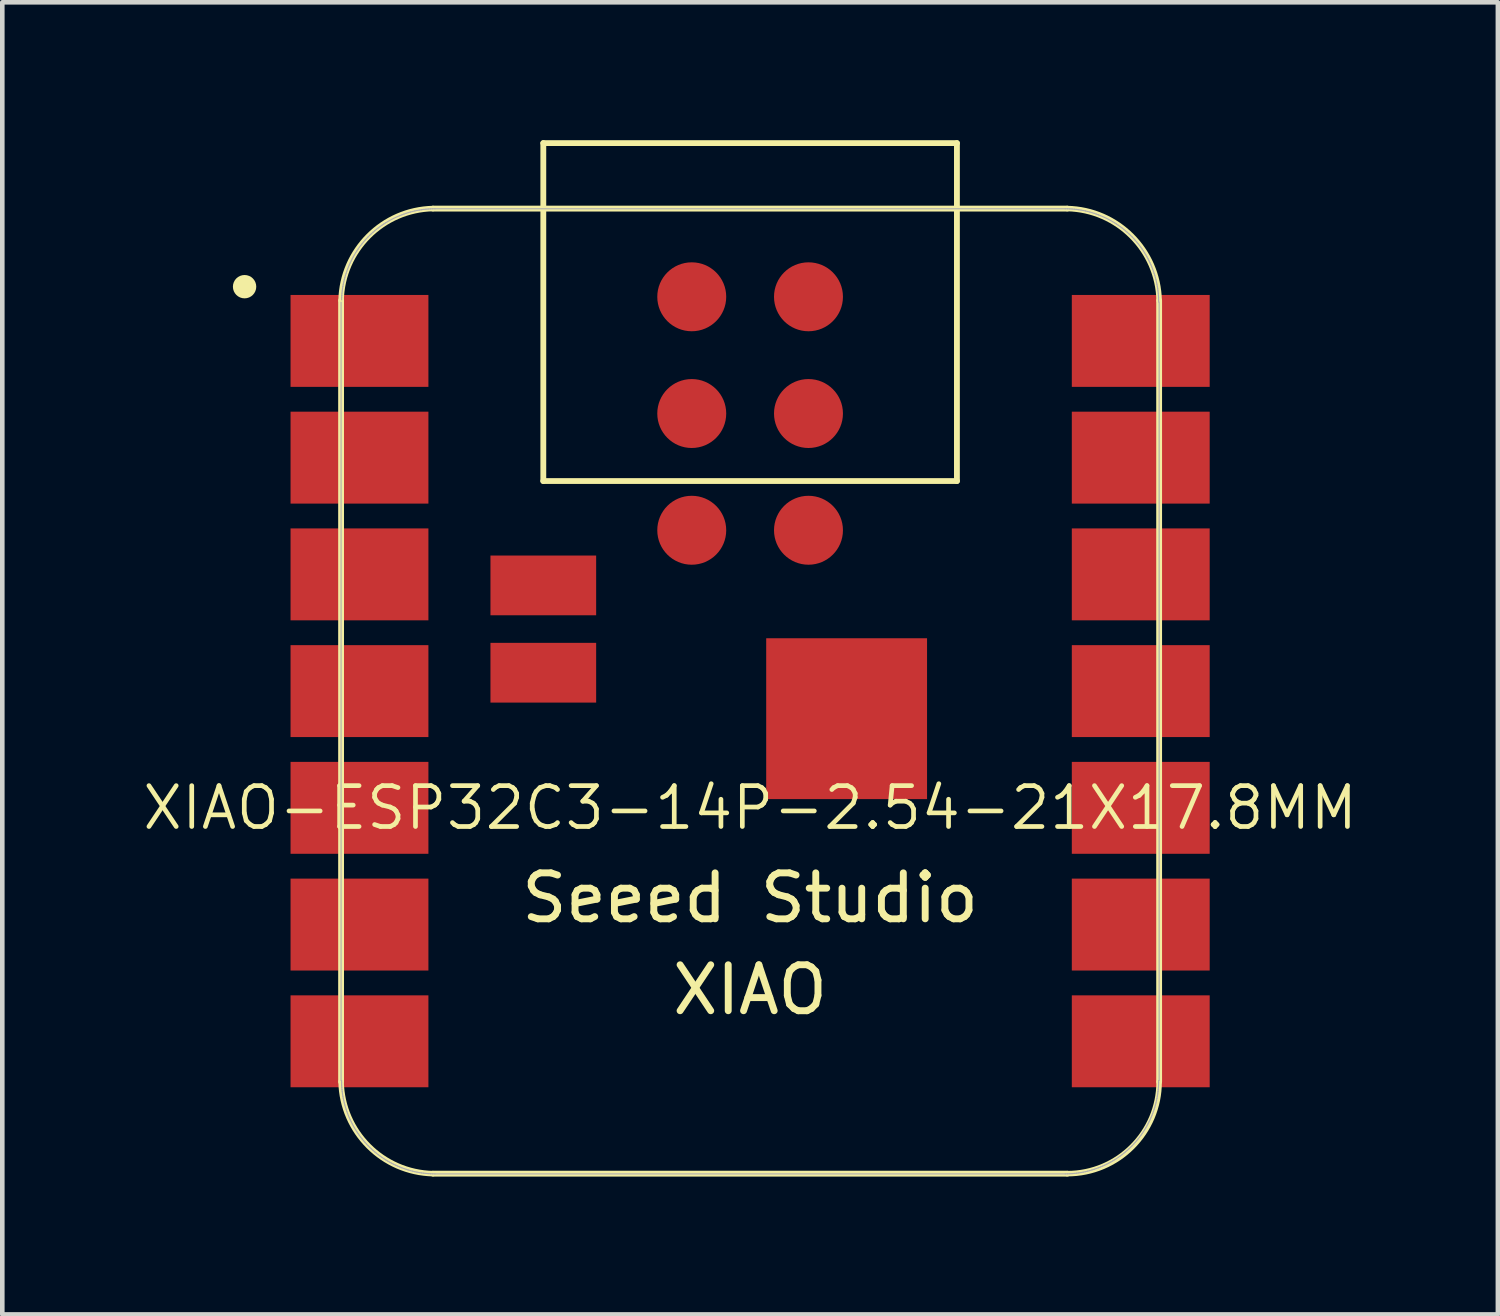
<source format=kicad_pcb>
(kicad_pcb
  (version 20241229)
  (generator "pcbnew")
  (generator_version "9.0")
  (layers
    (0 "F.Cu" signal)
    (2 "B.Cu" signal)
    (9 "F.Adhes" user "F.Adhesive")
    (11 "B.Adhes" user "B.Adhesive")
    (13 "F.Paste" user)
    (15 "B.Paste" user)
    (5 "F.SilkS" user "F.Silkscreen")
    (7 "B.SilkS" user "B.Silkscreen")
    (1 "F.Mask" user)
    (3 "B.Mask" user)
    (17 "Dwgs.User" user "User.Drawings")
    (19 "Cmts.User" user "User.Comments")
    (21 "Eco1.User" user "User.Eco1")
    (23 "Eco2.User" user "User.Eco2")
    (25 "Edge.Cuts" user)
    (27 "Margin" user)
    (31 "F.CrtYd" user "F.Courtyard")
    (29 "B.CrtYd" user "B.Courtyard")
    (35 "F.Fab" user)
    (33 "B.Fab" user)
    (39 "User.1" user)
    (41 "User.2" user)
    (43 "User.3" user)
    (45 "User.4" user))
  (footprint "XIAO-ESP32C3-14P-2.54-21X17.8MM"
    (layer "F.Cu")
    (at 13.272 11.988)
    (property "Reference" "XIAO-ESP32C3-14P-2.54-21X17.8MM" (at 0 2.54 0) (layer "F.SilkS") (effects (font (size 0.889 0.889) (thickness 0.102))))
    (attr smd)
    (fp_line (start -8.9 -8.5) (end -8.9 8.5) (stroke (width 0.127) (type solid)) (layer "F.SilkS"))
    (fp_line (start -6.9 10.5) (end 6.9 10.5) (stroke (width 0.127) (type solid)) (layer "F.SilkS"))
    (fp_line (start -4.5 -11.924) (end 4.5 -11.924) (stroke (width 0.127) (type solid)) (layer "F.SilkS"))
    (fp_line (start -4.5 -4.571) (end -4.5 -11.924) (stroke (width 0.127) (type solid)) (layer "F.SilkS"))
    (fp_line (start 4.5 -11.924) (end 4.5 -4.571) (stroke (width 0.127) (type solid)) (layer "F.SilkS"))
    (fp_line (start 4.5 -4.571) (end -4.5 -4.571) (stroke (width 0.127) (type solid)) (layer "F.SilkS"))
    (fp_line (start 6.9 -10.499) (end -6.9 -10.499) (stroke (width 0.127) (type solid)) (layer "F.SilkS"))
    (fp_line (start 8.9 8.5) (end 8.9 -8.5) (stroke (width 0.127) (type solid)) (layer "F.SilkS"))
    (fp_arc (start -8.9 -8.5) (mid -8.301491 -9.901491) (end -6.9 -10.5) (stroke (width 0.12) (type solid)) (layer "F.SilkS"))
    (fp_arc (start -6.9 10.5) (mid -8.301423 9.901423) (end -8.9 8.5) (stroke (width 0.12) (type solid)) (layer "F.SilkS"))
    (fp_arc (start 6.9 -10.5) (mid 8.301491 -9.901491) (end 8.9 -8.5) (stroke (width 0.12) (type solid)) (layer "F.SilkS"))
    (fp_arc (start 8.9 8.5) (mid 8.314214 9.914214) (end 6.9 10.5) (stroke (width 0.12) (type solid)) (layer "F.SilkS"))
    (fp_circle (center -11 -8.8) (end -11 -9.054) (stroke (width 0) (type solid)) (fill yes) (layer "F.SilkS"))
    (fp_poly (pts (xy -8.888 -8.562) (xy -8.885 -8.61) (xy -8.881 -8.659)) (stroke (width 0.025) (type solid)) (fill no) (layer "F.SilkS"))
    (fp_poly (pts (xy 8.889 8.522) (xy 8.888 8.571) (xy 8.885 8.62) (xy 8.881 8.669) (xy 8.875 8.717) (xy 8.869 8.766) (xy 8.861 8.815) (xy 8.852 8.863) (xy 8.842 8.911)) (stroke (width 0.025) (type solid)) (fill no) (layer "F.SilkS"))
    (fp_line (start -8.9 -8.463) (end -8.9 8.473) (stroke (width 0.025) (type solid)) (layer "F.Fab"))
    (fp_line (start -8.89 8.473) (end -8.889 8.522) (stroke (width 0.025) (type solid)) (layer "F.Fab"))
    (fp_line (start -8.889 8.522) (end -8.888 8.571) (stroke (width 0.025) (type solid)) (layer "F.Fab"))
    (fp_line (start -8.888 -8.562) (end -8.889 -8.512) (stroke (width 0.025) (type solid)) (layer "F.Fab"))
    (fp_line (start -8.888 8.571) (end -8.885 8.62) (stroke (width 0.025) (type solid)) (layer "F.Fab"))
    (fp_line (start -8.885 -8.61) (end -8.888 -8.562) (stroke (width 0.025) (type solid)) (layer "F.Fab"))
    (fp_line (start -8.885 8.62) (end -8.881 8.669) (stroke (width 0.025) (type solid)) (layer "F.Fab"))
    (fp_line (start -8.881 -8.659) (end -8.885 -8.61) (stroke (width 0.025) (type solid)) (layer "F.Fab"))
    (fp_line (start -8.881 8.669) (end -8.875 8.717) (stroke (width 0.025) (type solid)) (layer "F.Fab"))
    (fp_line (start -8.875 -8.708) (end -8.881 -8.659) (stroke (width 0.025) (type solid)) (layer "F.Fab"))
    (fp_line (start -8.875 8.717) (end -8.869 8.766) (stroke (width 0.025) (type solid)) (layer "F.Fab"))
    (fp_line (start -8.869 -8.757) (end -8.875 -8.708) (stroke (width 0.025) (type solid)) (layer "F.Fab"))
    (fp_line (start -8.869 8.766) (end -8.861 8.815) (stroke (width 0.025) (type solid)) (layer "F.Fab"))
    (fp_line (start -8.861 -8.806) (end -8.869 -8.757) (stroke (width 0.025) (type solid)) (layer "F.Fab"))
    (fp_line (start -8.861 8.815) (end -8.852 8.863) (stroke (width 0.025) (type solid)) (layer "F.Fab"))
    (fp_line (start -8.852 -8.854) (end -8.861 -8.806) (stroke (width 0.025) (type solid)) (layer "F.Fab"))
    (fp_line (start -8.852 8.863) (end -8.842 8.911) (stroke (width 0.025) (type solid)) (layer "F.Fab"))
    (fp_line (start -8.842 -8.902) (end -8.852 -8.854) (stroke (width 0.025) (type solid)) (layer "F.Fab"))
    (fp_line (start -8.842 8.911) (end -8.831 8.959) (stroke (width 0.025) (type solid)) (layer "F.Fab"))
    (fp_line (start -8.831 -8.95) (end -8.842 -8.902) (stroke (width 0.025) (type solid)) (layer "F.Fab"))
    (fp_line (start -8.831 8.959) (end -8.819 9.006) (stroke (width 0.025) (type solid)) (layer "F.Fab"))
    (fp_line (start -8.819 -8.997) (end -8.831 -8.95) (stroke (width 0.025) (type solid)) (layer "F.Fab"))
    (fp_line (start -8.819 9.006) (end -8.805 9.054) (stroke (width 0.025) (type solid)) (layer "F.Fab"))
    (fp_line (start -8.805 -9.045) (end -8.819 -8.997) (stroke (width 0.025) (type solid)) (layer "F.Fab"))
    (fp_line (start -8.805 9.054) (end -8.79 9.1) (stroke (width 0.025) (type solid)) (layer "F.Fab"))
    (fp_line (start -8.79 -9.091) (end -8.805 -9.045) (stroke (width 0.025) (type solid)) (layer "F.Fab"))
    (fp_line (start -8.79 9.1) (end -8.775 9.147) (stroke (width 0.025) (type solid)) (layer "F.Fab"))
    (fp_line (start -8.775 -9.138) (end -8.79 -9.091) (stroke (width 0.025) (type solid)) (layer "F.Fab"))
    (fp_line (start -8.775 9.147) (end -8.758 9.193) (stroke (width 0.025) (type solid)) (layer "F.Fab"))
    (fp_line (start -8.758 -9.184) (end -8.775 -9.138) (stroke (width 0.025) (type solid)) (layer "F.Fab"))
    (fp_line (start -8.758 9.193) (end -8.74 9.239) (stroke (width 0.025) (type solid)) (layer "F.Fab"))
    (fp_line (start -8.74 -9.23) (end -8.758 -9.184) (stroke (width 0.025) (type solid)) (layer "F.Fab"))
    (fp_line (start -8.74 9.239) (end -8.721 9.284) (stroke (width 0.025) (type solid)) (layer "F.Fab"))
    (fp_line (start -8.721 -9.275) (end -8.74 -9.23) (stroke (width 0.025) (type solid)) (layer "F.Fab"))
    (fp_line (start -8.721 9.284) (end -8.701 9.329) (stroke (width 0.025) (type solid)) (layer "F.Fab"))
    (fp_line (start -8.701 -9.32) (end -8.721 -9.275) (stroke (width 0.025) (type solid)) (layer "F.Fab"))
    (fp_line (start -8.701 9.329) (end -8.679 9.373) (stroke (width 0.025) (type solid)) (layer "F.Fab"))
    (fp_line (start -8.679 -9.364) (end -8.701 -9.32) (stroke (width 0.025) (type solid)) (layer "F.Fab"))
    (fp_line (start -8.679 9.373) (end -8.657 9.417) (stroke (width 0.025) (type solid)) (layer "F.Fab"))
    (fp_line (start -8.657 -9.408) (end -8.679 -9.364) (stroke (width 0.025) (type solid)) (layer "F.Fab"))
    (fp_line (start -8.657 9.417) (end -8.634 9.46) (stroke (width 0.025) (type solid)) (layer "F.Fab"))
    (fp_line (start -8.634 -9.451) (end -8.657 -9.408) (stroke (width 0.025) (type solid)) (layer "F.Fab"))
    (fp_line (start -8.634 9.46) (end -8.61 9.503) (stroke (width 0.025) (type solid)) (layer "F.Fab"))
    (fp_line (start -8.61 -9.494) (end -8.634 -9.451) (stroke (width 0.025) (type solid)) (layer "F.Fab"))
    (fp_line (start -8.61 9.503) (end -8.584 9.545) (stroke (width 0.025) (type solid)) (layer "F.Fab"))
    (fp_line (start -8.584 -9.536) (end -8.61 -9.494) (stroke (width 0.025) (type solid)) (layer "F.Fab"))
    (fp_line (start -8.584 9.545) (end -8.558 9.586) (stroke (width 0.025) (type solid)) (layer "F.Fab"))
    (fp_line (start -8.558 -9.577) (end -8.584 -9.536) (stroke (width 0.025) (type solid)) (layer "F.Fab"))
    (fp_line (start -8.558 9.586) (end -8.53 9.627) (stroke (width 0.025) (type solid)) (layer "F.Fab"))
    (fp_line (start -8.53 -9.618) (end -8.558 -9.577) (stroke (width 0.025) (type solid)) (layer "F.Fab"))
    (fp_line (start -8.53 9.627) (end -8.502 9.667) (stroke (width 0.025) (type solid)) (layer "F.Fab"))
    (fp_line (start -8.502 -9.658) (end -8.53 -9.618) (stroke (width 0.025) (type solid)) (layer "F.Fab"))
    (fp_line (start -8.502 9.667) (end -8.473 9.706) (stroke (width 0.025) (type solid)) (layer "F.Fab"))
    (fp_line (start -8.473 -9.697) (end -8.502 -9.658) (stroke (width 0.025) (type solid)) (layer "F.Fab"))
    (fp_line (start -8.473 9.706) (end -8.442 9.745) (stroke (width 0.025) (type solid)) (layer "F.Fab"))
    (fp_line (start -8.442 -9.736) (end -8.473 -9.697) (stroke (width 0.025) (type solid)) (layer "F.Fab"))
    (fp_line (start -8.442 9.745) (end -8.411 9.783) (stroke (width 0.025) (type solid)) (layer "F.Fab"))
    (fp_line (start -8.411 -9.774) (end -8.442 -9.736) (stroke (width 0.025) (type solid)) (layer "F.Fab"))
    (fp_line (start -8.411 9.783) (end -8.379 9.82) (stroke (width 0.025) (type solid)) (layer "F.Fab"))
    (fp_line (start -8.379 -9.811) (end -8.411 -9.774) (stroke (width 0.025) (type solid)) (layer "F.Fab"))
    (fp_line (start -8.379 9.82) (end -8.346 9.856) (stroke (width 0.025) (type solid)) (layer "F.Fab"))
    (fp_line (start -8.346 -9.847) (end -8.379 -9.811) (stroke (width 0.025) (type solid)) (layer "F.Fab"))
    (fp_line (start -8.346 9.856) (end -8.312 9.892) (stroke (width 0.025) (type solid)) (layer "F.Fab"))
    (fp_line (start -8.312 -9.883) (end -8.346 -9.847) (stroke (width 0.025) (type solid)) (layer "F.Fab"))
    (fp_line (start -8.312 9.892) (end -8.277 9.927) (stroke (width 0.025) (type solid)) (layer "F.Fab"))
    (fp_line (start -8.277 -9.918) (end -8.312 -9.883) (stroke (width 0.025) (type solid)) (layer "F.Fab"))
    (fp_line (start -8.277 9.927) (end -8.242 9.96) (stroke (width 0.025) (type solid)) (layer "F.Fab"))
    (fp_line (start -8.242 -9.951) (end -8.277 -9.918) (stroke (width 0.025) (type solid)) (layer "F.Fab"))
    (fp_line (start -8.242 9.96) (end -8.205 9.994) (stroke (width 0.025) (type solid)) (layer "F.Fab"))
    (fp_line (start -8.205 -9.984) (end -8.242 -9.951) (stroke (width 0.025) (type solid)) (layer "F.Fab"))
    (fp_line (start -8.205 9.994) (end -8.168 10.026) (stroke (width 0.025) (type solid)) (layer "F.Fab"))
    (fp_line (start -8.168 -10.017) (end -8.205 -9.984) (stroke (width 0.025) (type solid)) (layer "F.Fab"))
    (fp_line (start -8.168 10.026) (end -8.13 10.057) (stroke (width 0.025) (type solid)) (layer "F.Fab"))
    (fp_line (start -8.13 -10.048) (end -8.168 -10.017) (stroke (width 0.025) (type solid)) (layer "F.Fab"))
    (fp_line (start -8.13 10.057) (end -8.092 10.087) (stroke (width 0.025) (type solid)) (layer "F.Fab"))
    (fp_line (start -8.092 -10.078) (end -8.13 -10.048) (stroke (width 0.025) (type solid)) (layer "F.Fab"))
    (fp_line (start -8.092 10.087) (end -8.052 10.116) (stroke (width 0.025) (type solid)) (layer "F.Fab"))
    (fp_line (start -8.052 -10.107) (end -8.092 -10.078) (stroke (width 0.025) (type solid)) (layer "F.Fab"))
    (fp_line (start -8.052 10.116) (end -8.012 10.145) (stroke (width 0.025) (type solid)) (layer "F.Fab"))
    (fp_line (start -8.012 -10.136) (end -8.052 -10.107) (stroke (width 0.025) (type solid)) (layer "F.Fab"))
    (fp_line (start -8.012 10.145) (end -7.972 10.172) (stroke (width 0.025) (type solid)) (layer "F.Fab"))
    (fp_line (start -7.972 -10.163) (end -8.012 -10.136) (stroke (width 0.025) (type solid)) (layer "F.Fab"))
    (fp_line (start -7.972 10.172) (end -7.93 10.199) (stroke (width 0.025) (type solid)) (layer "F.Fab"))
    (fp_line (start -7.93 -10.19) (end -7.972 -10.163) (stroke (width 0.025) (type solid)) (layer "F.Fab"))
    (fp_line (start -7.93 10.199) (end -7.888 10.224) (stroke (width 0.025) (type solid)) (layer "F.Fab"))
    (fp_line (start -7.888 -10.215) (end -7.93 -10.19) (stroke (width 0.025) (type solid)) (layer "F.Fab"))
    (fp_line (start -7.888 10.224) (end -7.846 10.249) (stroke (width 0.025) (type solid)) (layer "F.Fab"))
    (fp_line (start -7.846 -10.239) (end -7.888 -10.215) (stroke (width 0.025) (type solid)) (layer "F.Fab"))
    (fp_line (start -7.846 10.249) (end -7.802 10.272) (stroke (width 0.025) (type solid)) (layer "F.Fab"))
    (fp_line (start -7.802 -10.263) (end -7.846 -10.239) (stroke (width 0.025) (type solid)) (layer "F.Fab"))
    (fp_line (start -7.802 10.272) (end -7.759 10.294) (stroke (width 0.025) (type solid)) (layer "F.Fab"))
    (fp_line (start -7.759 -10.285) (end -7.802 -10.263) (stroke (width 0.025) (type solid)) (layer "F.Fab"))
    (fp_line (start -7.759 10.294) (end -7.714 10.315) (stroke (width 0.025) (type solid)) (layer "F.Fab"))
    (fp_line (start -7.714 -10.306) (end -7.759 -10.285) (stroke (width 0.025) (type solid)) (layer "F.Fab"))
    (fp_line (start -7.714 10.315) (end -7.67 10.335) (stroke (width 0.025) (type solid)) (layer "F.Fab"))
    (fp_line (start -7.67 -10.326) (end -7.714 -10.306) (stroke (width 0.025) (type solid)) (layer "F.Fab"))
    (fp_line (start -7.67 10.335) (end -7.624 10.354) (stroke (width 0.025) (type solid)) (layer "F.Fab"))
    (fp_line (start -7.624 -10.345) (end -7.67 -10.326) (stroke (width 0.025) (type solid)) (layer "F.Fab"))
    (fp_line (start -7.624 10.354) (end -7.579 10.372) (stroke (width 0.025) (type solid)) (layer "F.Fab"))
    (fp_line (start -7.579 -10.363) (end -7.624 -10.345) (stroke (width 0.025) (type solid)) (layer "F.Fab"))
    (fp_line (start -7.579 10.372) (end -7.532 10.389) (stroke (width 0.025) (type solid)) (layer "F.Fab"))
    (fp_line (start -7.532 -10.38) (end -7.579 -10.363) (stroke (width 0.025) (type solid)) (layer "F.Fab"))
    (fp_line (start -7.532 10.389) (end -7.486 10.405) (stroke (width 0.025) (type solid)) (layer "F.Fab"))
    (fp_line (start -7.486 -10.396) (end -7.532 -10.38) (stroke (width 0.025) (type solid)) (layer "F.Fab"))
    (fp_line (start -7.486 10.405) (end -7.439 10.42) (stroke (width 0.025) (type solid)) (layer "F.Fab"))
    (fp_line (start -7.439 -10.411) (end -7.486 -10.396) (stroke (width 0.025) (type solid)) (layer "F.Fab"))
    (fp_line (start -7.439 10.42) (end -7.392 10.433) (stroke (width 0.025) (type solid)) (layer "F.Fab"))
    (fp_line (start -7.392 -10.424) (end -7.439 -10.411) (stroke (width 0.025) (type solid)) (layer "F.Fab"))
    (fp_line (start -7.392 10.433) (end -7.344 10.446) (stroke (width 0.025) (type solid)) (layer "F.Fab"))
    (fp_line (start -7.344 -10.436) (end -7.392 -10.424) (stroke (width 0.025) (type solid)) (layer "F.Fab"))
    (fp_line (start -7.344 10.446) (end -7.296 10.457) (stroke (width 0.025) (type solid)) (layer "F.Fab"))
    (fp_line (start -7.296 -10.448) (end -7.344 -10.436) (stroke (width 0.025) (type solid)) (layer "F.Fab"))
    (fp_line (start -7.296 10.457) (end -7.248 10.467) (stroke (width 0.025) (type solid)) (layer "F.Fab"))
    (fp_line (start -7.248 -10.458) (end -7.296 -10.448) (stroke (width 0.025) (type solid)) (layer "F.Fab"))
    (fp_line (start -7.248 10.467) (end -7.2 10.476) (stroke (width 0.025) (type solid)) (layer "F.Fab"))
    (fp_line (start -7.2 -10.466) (end -7.248 -10.458) (stroke (width 0.025) (type solid)) (layer "F.Fab"))
    (fp_line (start -7.2 10.476) (end -7.152 10.483) (stroke (width 0.025) (type solid)) (layer "F.Fab"))
    (fp_line (start -7.152 -10.474) (end -7.2 -10.466) (stroke (width 0.025) (type solid)) (layer "F.Fab"))
    (fp_line (start -7.152 10.483) (end -7.103 10.49) (stroke (width 0.025) (type solid)) (layer "F.Fab"))
    (fp_line (start -7.103 -10.481) (end -7.152 -10.474) (stroke (width 0.025) (type solid)) (layer "F.Fab"))
    (fp_line (start -7.103 10.49) (end -7.054 10.495) (stroke (width 0.025) (type solid)) (layer "F.Fab"))
    (fp_line (start -7.054 -10.486) (end -7.103 -10.481) (stroke (width 0.025) (type solid)) (layer "F.Fab"))
    (fp_line (start -7.054 10.495) (end -7.005 10.499) (stroke (width 0.025) (type solid)) (layer "F.Fab"))
    (fp_line (start -7.005 -10.49) (end -7.054 -10.486) (stroke (width 0.025) (type solid)) (layer "F.Fab"))
    (fp_line (start -7.005 10.499) (end -6.956 10.502) (stroke (width 0.025) (type solid)) (layer "F.Fab"))
    (fp_line (start -6.956 -10.493) (end -7.005 -10.49) (stroke (width 0.025) (type solid)) (layer "F.Fab"))
    (fp_line (start -6.956 10.502) (end -6.907 10.504) (stroke (width 0.025) (type solid)) (layer "F.Fab"))
    (fp_line (start -6.907 -10.495) (end -6.956 -10.493) (stroke (width 0.025) (type solid)) (layer "F.Fab"))
    (fp_line (start -6.907 10.504) (end -6.858 10.505) (stroke (width 0.025) (type solid)) (layer "F.Fab"))
    (fp_line (start -6.858 -10.495) (end -6.907 -10.495) (stroke (width 0.025) (type solid)) (layer "F.Fab"))
    (fp_line (start -6.858 10.505) (end 6.858 10.505) (stroke (width 0.025) (type solid)) (layer "F.Fab"))
    (fp_line (start 6.858 -10.495) (end -6.858 -10.495) (stroke (width 0.025) (type solid)) (layer "F.Fab"))
    (fp_line (start 6.858 10.505) (end 6.907 10.504) (stroke (width 0.025) (type solid)) (layer "F.Fab"))
    (fp_line (start 6.907 -10.495) (end 6.858 -10.495) (stroke (width 0.025) (type solid)) (layer "F.Fab"))
    (fp_line (start 6.907 10.504) (end 6.956 10.502) (stroke (width 0.025) (type solid)) (layer "F.Fab"))
    (fp_line (start 6.956 -10.493) (end 6.907 -10.495) (stroke (width 0.025) (type solid)) (layer "F.Fab"))
    (fp_line (start 6.956 10.502) (end 7.005 10.499) (stroke (width 0.025) (type solid)) (layer "F.Fab"))
    (fp_line (start 7.005 -10.49) (end 6.956 -10.493) (stroke (width 0.025) (type solid)) (layer "F.Fab"))
    (fp_line (start 7.005 10.499) (end 7.054 10.495) (stroke (width 0.025) (type solid)) (layer "F.Fab"))
    (fp_line (start 7.054 -10.486) (end 7.005 -10.49) (stroke (width 0.025) (type solid)) (layer "F.Fab"))
    (fp_line (start 7.054 10.495) (end 7.103 10.49) (stroke (width 0.025) (type solid)) (layer "F.Fab"))
    (fp_line (start 7.103 -10.481) (end 7.054 -10.486) (stroke (width 0.025) (type solid)) (layer "F.Fab"))
    (fp_line (start 7.103 10.49) (end 7.152 10.483) (stroke (width 0.025) (type solid)) (layer "F.Fab"))
    (fp_line (start 7.152 -10.474) (end 7.103 -10.481) (stroke (width 0.025) (type solid)) (layer "F.Fab"))
    (fp_line (start 7.152 10.483) (end 7.2 10.476) (stroke (width 0.025) (type solid)) (layer "F.Fab"))
    (fp_line (start 7.2 -10.466) (end 7.152 -10.474) (stroke (width 0.025) (type solid)) (layer "F.Fab"))
    (fp_line (start 7.2 10.476) (end 7.248 10.467) (stroke (width 0.025) (type solid)) (layer "F.Fab"))
    (fp_line (start 7.248 -10.458) (end 7.2 -10.466) (stroke (width 0.025) (type solid)) (layer "F.Fab"))
    (fp_line (start 7.248 10.467) (end 7.296 10.457) (stroke (width 0.025) (type solid)) (layer "F.Fab"))
    (fp_line (start 7.296 -10.448) (end 7.248 -10.458) (stroke (width 0.025) (type solid)) (layer "F.Fab"))
    (fp_line (start 7.296 10.457) (end 7.344 10.446) (stroke (width 0.025) (type solid)) (layer "F.Fab"))
    (fp_line (start 7.344 -10.436) (end 7.296 -10.448) (stroke (width 0.025) (type solid)) (layer "F.Fab"))
    (fp_line (start 7.344 10.446) (end 7.392 10.433) (stroke (width 0.025) (type solid)) (layer "F.Fab"))
    (fp_line (start 7.392 -10.424) (end 7.344 -10.436) (stroke (width 0.025) (type solid)) (layer "F.Fab"))
    (fp_line (start 7.392 10.433) (end 7.439 10.42) (stroke (width 0.025) (type solid)) (layer "F.Fab"))
    (fp_line (start 7.439 -10.411) (end 7.392 -10.424) (stroke (width 0.025) (type solid)) (layer "F.Fab"))
    (fp_line (start 7.439 10.42) (end 7.486 10.405) (stroke (width 0.025) (type solid)) (layer "F.Fab"))
    (fp_line (start 7.486 -10.396) (end 7.439 -10.411) (stroke (width 0.025) (type solid)) (layer "F.Fab"))
    (fp_line (start 7.486 10.405) (end 7.532 10.389) (stroke (width 0.025) (type solid)) (layer "F.Fab"))
    (fp_line (start 7.532 -10.38) (end 7.486 -10.396) (stroke (width 0.025) (type solid)) (layer "F.Fab"))
    (fp_line (start 7.532 10.389) (end 7.579 10.372) (stroke (width 0.025) (type solid)) (layer "F.Fab"))
    (fp_line (start 7.579 -10.363) (end 7.532 -10.38) (stroke (width 0.025) (type solid)) (layer "F.Fab"))
    (fp_line (start 7.579 10.372) (end 7.624 10.354) (stroke (width 0.025) (type solid)) (layer "F.Fab"))
    (fp_line (start 7.624 -10.345) (end 7.579 -10.363) (stroke (width 0.025) (type solid)) (layer "F.Fab"))
    (fp_line (start 7.624 10.354) (end 7.67 10.335) (stroke (width 0.025) (type solid)) (layer "F.Fab"))
    (fp_line (start 7.67 -10.326) (end 7.624 -10.345) (stroke (width 0.025) (type solid)) (layer "F.Fab"))
    (fp_line (start 7.67 10.335) (end 7.714 10.315) (stroke (width 0.025) (type solid)) (layer "F.Fab"))
    (fp_line (start 7.714 -10.306) (end 7.67 -10.326) (stroke (width 0.025) (type solid)) (layer "F.Fab"))
    (fp_line (start 7.714 10.315) (end 7.759 10.294) (stroke (width 0.025) (type solid)) (layer "F.Fab"))
    (fp_line (start 7.759 -10.285) (end 7.714 -10.306) (stroke (width 0.025) (type solid)) (layer "F.Fab"))
    (fp_line (start 7.759 10.294) (end 7.802 10.272) (stroke (width 0.025) (type solid)) (layer "F.Fab"))
    (fp_line (start 7.802 -10.263) (end 7.759 -10.285) (stroke (width 0.025) (type solid)) (layer "F.Fab"))
    (fp_line (start 7.802 10.272) (end 7.846 10.249) (stroke (width 0.025) (type solid)) (layer "F.Fab"))
    (fp_line (start 7.846 -10.239) (end 7.802 -10.263) (stroke (width 0.025) (type solid)) (layer "F.Fab"))
    (fp_line (start 7.846 10.249) (end 7.888 10.224) (stroke (width 0.025) (type solid)) (layer "F.Fab"))
    (fp_line (start 7.888 -10.215) (end 7.846 -10.239) (stroke (width 0.025) (type solid)) (layer "F.Fab"))
    (fp_line (start 7.888 10.224) (end 7.93 10.199) (stroke (width 0.025) (type solid)) (layer "F.Fab"))
    (fp_line (start 7.93 -10.19) (end 7.888 -10.215) (stroke (width 0.025) (type solid)) (layer "F.Fab"))
    (fp_line (start 7.93 10.199) (end 7.972 10.172) (stroke (width 0.025) (type solid)) (layer "F.Fab"))
    (fp_line (start 7.972 -10.163) (end 7.93 -10.19) (stroke (width 0.025) (type solid)) (layer "F.Fab"))
    (fp_line (start 7.972 10.172) (end 8.012 10.145) (stroke (width 0.025) (type solid)) (layer "F.Fab"))
    (fp_line (start 8.012 -10.136) (end 7.972 -10.163) (stroke (width 0.025) (type solid)) (layer "F.Fab"))
    (fp_line (start 8.012 10.145) (end 8.052 10.116) (stroke (width 0.025) (type solid)) (layer "F.Fab"))
    (fp_line (start 8.052 -10.107) (end 8.012 -10.136) (stroke (width 0.025) (type solid)) (layer "F.Fab"))
    (fp_line (start 8.052 10.116) (end 8.092 10.087) (stroke (width 0.025) (type solid)) (layer "F.Fab"))
    (fp_line (start 8.092 -10.078) (end 8.052 -10.107) (stroke (width 0.025) (type solid)) (layer "F.Fab"))
    (fp_line (start 8.092 10.087) (end 8.13 10.057) (stroke (width 0.025) (type solid)) (layer "F.Fab"))
    (fp_line (start 8.13 -10.048) (end 8.092 -10.078) (stroke (width 0.025) (type solid)) (layer "F.Fab"))
    (fp_line (start 8.13 10.057) (end 8.168 10.026) (stroke (width 0.025) (type solid)) (layer "F.Fab"))
    (fp_line (start 8.168 -10.017) (end 8.13 -10.048) (stroke (width 0.025) (type solid)) (layer "F.Fab"))
    (fp_line (start 8.168 10.026) (end 8.205 9.994) (stroke (width 0.025) (type solid)) (layer "F.Fab"))
    (fp_line (start 8.205 -9.984) (end 8.168 -10.017) (stroke (width 0.025) (type solid)) (layer "F.Fab"))
    (fp_line (start 8.205 9.994) (end 8.242 9.96) (stroke (width 0.025) (type solid)) (layer "F.Fab"))
    (fp_line (start 8.242 -9.951) (end 8.205 -9.984) (stroke (width 0.025) (type solid)) (layer "F.Fab"))
    (fp_line (start 8.242 9.96) (end 8.277 9.927) (stroke (width 0.025) (type solid)) (layer "F.Fab"))
    (fp_line (start 8.277 -9.918) (end 8.242 -9.951) (stroke (width 0.025) (type solid)) (layer "F.Fab"))
    (fp_line (start 8.277 9.927) (end 8.312 9.892) (stroke (width 0.025) (type solid)) (layer "F.Fab"))
    (fp_line (start 8.312 -9.883) (end 8.277 -9.918) (stroke (width 0.025) (type solid)) (layer "F.Fab"))
    (fp_line (start 8.312 9.892) (end 8.346 9.856) (stroke (width 0.025) (type solid)) (layer "F.Fab"))
    (fp_line (start 8.346 -9.847) (end 8.312 -9.883) (stroke (width 0.025) (type solid)) (layer "F.Fab"))
    (fp_line (start 8.346 9.856) (end 8.379 9.82) (stroke (width 0.025) (type solid)) (layer "F.Fab"))
    (fp_line (start 8.379 -9.811) (end 8.346 -9.847) (stroke (width 0.025) (type solid)) (layer "F.Fab"))
    (fp_line (start 8.379 9.82) (end 8.411 9.783) (stroke (width 0.025) (type solid)) (layer "F.Fab"))
    (fp_line (start 8.411 -9.774) (end 8.379 -9.811) (stroke (width 0.025) (type solid)) (layer "F.Fab"))
    (fp_line (start 8.411 9.783) (end 8.442 9.745) (stroke (width 0.025) (type solid)) (layer "F.Fab"))
    (fp_line (start 8.442 -9.736) (end 8.411 -9.774) (stroke (width 0.025) (type solid)) (layer "F.Fab"))
    (fp_line (start 8.442 9.745) (end 8.473 9.706) (stroke (width 0.025) (type solid)) (layer "F.Fab"))
    (fp_line (start 8.473 -9.697) (end 8.442 -9.736) (stroke (width 0.025) (type solid)) (layer "F.Fab"))
    (fp_line (start 8.473 9.706) (end 8.502 9.667) (stroke (width 0.025) (type solid)) (layer "F.Fab"))
    (fp_line (start 8.502 -9.658) (end 8.473 -9.697) (stroke (width 0.025) (type solid)) (layer "F.Fab"))
    (fp_line (start 8.502 9.667) (end 8.53 9.627) (stroke (width 0.025) (type solid)) (layer "F.Fab"))
    (fp_line (start 8.53 -9.618) (end 8.502 -9.658) (stroke (width 0.025) (type solid)) (layer "F.Fab"))
    (fp_line (start 8.53 9.627) (end 8.558 9.586) (stroke (width 0.025) (type solid)) (layer "F.Fab"))
    (fp_line (start 8.558 -9.577) (end 8.53 -9.618) (stroke (width 0.025) (type solid)) (layer "F.Fab"))
    (fp_line (start 8.558 9.586) (end 8.584 9.545) (stroke (width 0.025) (type solid)) (layer "F.Fab"))
    (fp_line (start 8.584 -9.536) (end 8.558 -9.577) (stroke (width 0.025) (type solid)) (layer "F.Fab"))
    (fp_line (start 8.584 9.545) (end 8.61 9.503) (stroke (width 0.025) (type solid)) (layer "F.Fab"))
    (fp_line (start 8.61 -9.494) (end 8.584 -9.536) (stroke (width 0.025) (type solid)) (layer "F.Fab"))
    (fp_line (start 8.61 9.503) (end 8.634 9.46) (stroke (width 0.025) (type solid)) (layer "F.Fab"))
    (fp_line (start 8.634 -9.451) (end 8.61 -9.494) (stroke (width 0.025) (type solid)) (layer "F.Fab"))
    (fp_line (start 8.634 9.46) (end 8.657 9.417) (stroke (width 0.025) (type solid)) (layer "F.Fab"))
    (fp_line (start 8.657 -9.408) (end 8.634 -9.451) (stroke (width 0.025) (type solid)) (layer "F.Fab"))
    (fp_line (start 8.657 9.417) (end 8.679 9.373) (stroke (width 0.025) (type solid)) (layer "F.Fab"))
    (fp_line (start 8.679 -9.364) (end 8.657 -9.408) (stroke (width 0.025) (type solid)) (layer "F.Fab"))
    (fp_line (start 8.679 9.373) (end 8.701 9.329) (stroke (width 0.025) (type solid)) (layer "F.Fab"))
    (fp_line (start 8.701 -9.32) (end 8.679 -9.364) (stroke (width 0.025) (type solid)) (layer "F.Fab"))
    (fp_line (start 8.701 9.329) (end 8.721 9.284) (stroke (width 0.025) (type solid)) (layer "F.Fab"))
    (fp_line (start 8.721 -9.275) (end 8.701 -9.32) (stroke (width 0.025) (type solid)) (layer "F.Fab"))
    (fp_line (start 8.721 9.284) (end 8.74 9.239) (stroke (width 0.025) (type solid)) (layer "F.Fab"))
    (fp_line (start 8.74 -9.23) (end 8.721 -9.275) (stroke (width 0.025) (type solid)) (layer "F.Fab"))
    (fp_line (start 8.74 9.239) (end 8.758 9.193) (stroke (width 0.025) (type solid)) (layer "F.Fab"))
    (fp_line (start 8.758 -9.184) (end 8.74 -9.23) (stroke (width 0.025) (type solid)) (layer "F.Fab"))
    (fp_line (start 8.758 9.193) (end 8.775 9.147) (stroke (width 0.025) (type solid)) (layer "F.Fab"))
    (fp_line (start 8.775 -9.138) (end 8.758 -9.184) (stroke (width 0.025) (type solid)) (layer "F.Fab"))
    (fp_line (start 8.775 9.147) (end 8.79 9.1) (stroke (width 0.025) (type solid)) (layer "F.Fab"))
    (fp_line (start 8.79 -9.091) (end 8.775 -9.138) (stroke (width 0.025) (type solid)) (layer "F.Fab"))
    (fp_line (start 8.79 9.1) (end 8.805 9.054) (stroke (width 0.025) (type solid)) (layer "F.Fab"))
    (fp_line (start 8.805 -9.045) (end 8.79 -9.091) (stroke (width 0.025) (type solid)) (layer "F.Fab"))
    (fp_line (start 8.805 9.054) (end 8.819 9.006) (stroke (width 0.025) (type solid)) (layer "F.Fab"))
    (fp_line (start 8.819 -8.997) (end 8.805 -9.045) (stroke (width 0.025) (type solid)) (layer "F.Fab"))
    (fp_line (start 8.819 9.006) (end 8.831 8.959) (stroke (width 0.025) (type solid)) (layer "F.Fab"))
    (fp_line (start 8.831 -8.95) (end 8.819 -8.997) (stroke (width 0.025) (type solid)) (layer "F.Fab"))
    (fp_line (start 8.831 8.959) (end 8.842 8.911) (stroke (width 0.025) (type solid)) (layer "F.Fab"))
    (fp_line (start 8.842 -8.902) (end 8.831 -8.95) (stroke (width 0.025) (type solid)) (layer "F.Fab"))
    (fp_line (start 8.842 8.911) (end 8.852 8.863) (stroke (width 0.025) (type solid)) (layer "F.Fab"))
    (fp_line (start 8.852 -8.854) (end 8.842 -8.902) (stroke (width 0.025) (type solid)) (layer "F.Fab"))
    (fp_line (start 8.852 8.863) (end 8.861 8.815) (stroke (width 0.025) (type solid)) (layer "F.Fab"))
    (fp_line (start 8.861 -8.806) (end 8.852 -8.854) (stroke (width 0.025) (type solid)) (layer "F.Fab"))
    (fp_line (start 8.861 8.815) (end 8.869 8.766) (stroke (width 0.025) (type solid)) (layer "F.Fab"))
    (fp_line (start 8.869 -8.757) (end 8.861 -8.806) (stroke (width 0.025) (type solid)) (layer "F.Fab"))
    (fp_line (start 8.869 8.766) (end 8.875 8.717) (stroke (width 0.025) (type solid)) (layer "F.Fab"))
    (fp_line (start 8.875 -8.708) (end 8.869 -8.757) (stroke (width 0.025) (type solid)) (layer "F.Fab"))
    (fp_line (start 8.875 8.717) (end 8.881 8.669) (stroke (width 0.025) (type solid)) (layer "F.Fab"))
    (fp_line (start 8.881 -8.659) (end 8.875 -8.708) (stroke (width 0.025) (type solid)) (layer "F.Fab"))
    (fp_line (start 8.881 8.669) (end 8.885 8.62) (stroke (width 0.025) (type solid)) (layer "F.Fab"))
    (fp_line (start 8.885 -8.61) (end 8.881 -8.659) (stroke (width 0.025) (type solid)) (layer "F.Fab"))
    (fp_line (start 8.885 8.62) (end 8.888 8.571) (stroke (width 0.025) (type solid)) (layer "F.Fab"))
    (fp_line (start 8.888 -8.562) (end 8.885 -8.61) (stroke (width 0.025) (type solid)) (layer "F.Fab"))
    (fp_line (start 8.888 8.571) (end 8.889 8.522) (stroke (width 0.025) (type solid)) (layer "F.Fab"))
    (fp_line (start 8.889 -8.512) (end 8.888 -8.562) (stroke (width 0.025) (type solid)) (layer "F.Fab"))
    (fp_line (start 8.889 8.522) (end 8.89 8.473) (stroke (width 0.025) (type solid)) (layer "F.Fab"))
    (fp_line (start 8.89 -8.463) (end 8.889 -8.512) (stroke (width 0.025) (type solid)) (layer "F.Fab"))
    (fp_line (start 8.9 8.473) (end 8.9 -8.463) (stroke (width 0.025) (type solid)) (layer "F.Fab"))
    (fp_text user "XIAO" (at 0 6.5 0) (unlocked yes) (layer "F.SilkS") (effects (font (size 1 1) (thickness 0.15))))
    (fp_text user "Seeed Studio" (at 0 4.5 0) (unlocked yes) (layer "F.SilkS") (effects (font (size 1 1) (thickness 0.15))))
    (pad "1" smd rect (at -8.5 -7.62) (size 3 2) (layers "F.Cu" "F.Mask" "F.Paste"))
    (pad "2" smd rect (at -8.5 -5.08) (size 3 2) (layers "F.Cu" "F.Mask" "F.Paste"))
    (pad "3" smd rect (at -8.5 -2.54) (size 3 2) (layers "F.Cu" "F.Mask" "F.Paste"))
    (pad "4" smd rect (at -8.5 0) (size 3 2) (layers "F.Cu" "F.Mask" "F.Paste"))
    (pad "5" smd rect (at -8.5 2.54) (size 3 2) (layers "F.Cu" "F.Mask" "F.Paste"))
    (pad "6" smd rect (at -8.5 5.08 180) (size 3 2) (layers "F.Cu" "F.Mask" "F.Paste"))
    (pad "7" smd rect (at -8.5 7.62) (size 3 2) (layers "F.Cu" "F.Mask" "F.Paste"))
    (pad "8" smd rect (at 8.5 7.62) (size 3 2) (layers "F.Cu" "F.Mask" "F.Paste"))
    (pad "9" smd rect (at 8.5 5.08) (size 3 2) (layers "F.Cu" "F.Mask" "F.Paste"))
    (pad "10" smd rect (at 8.5 2.54) (size 3 2) (layers "F.Cu" "F.Mask" "F.Paste"))
    (pad "11" smd rect (at 8.5 0) (size 3 2) (layers "F.Cu" "F.Mask" "F.Paste"))
    (pad "12" smd rect (at 8.5 -2.54) (size 3 2) (layers "F.Cu" "F.Mask" "F.Paste"))
    (pad "13" smd rect (at 8.5 -5.08) (size 3 2) (layers "F.Cu" "F.Mask" "F.Paste"))
    (pad "14" smd rect (at 8.5 -7.62) (size 3 2) (layers "F.Cu" "F.Mask" "F.Paste"))
    (pad "15" smd circle (at -1.27 -8.58 90) (size 1.5 1.5) (layers "F.Cu" "F.Mask" "F.Paste"))
    (pad "16" smd circle (at 1.27 -8.58 90) (size 1.5 1.5) (layers "F.Cu" "F.Mask" "F.Paste"))
    (pad "17" smd circle (at -1.27 -6.04 90) (size 1.5 1.5) (layers "F.Cu" "F.Mask" "F.Paste"))
    (pad "18" smd circle (at 1.27 -6.04 90) (size 1.5 1.5) (layers "F.Cu" "F.Mask" "F.Paste"))
    (pad "19" smd circle (at -1.27 -3.5 90) (size 1.5 1.5) (layers "F.Cu" "F.Mask" "F.Paste"))
    (pad "20" smd circle (at 1.27 -3.5 90) (size 1.5 1.5) (layers "F.Cu" "F.Mask" "F.Paste"))
    (pad "21" smd rect (at -4.5 -2.3 180) (size 2.3 1.3) (layers "F.Cu" "F.Mask" "F.Paste"))
    (pad "22" smd rect (at -4.5 -0.4 180) (size 2.3 1.3) (layers "F.Cu" "F.Mask" "F.Paste"))
    (pad "23" smd rect (at 2.1 0.6 180) (size 3.5 3.5) (layers "F.Cu" "F.Mask" "F.Paste")))
  (gr_rect
    (start -3 -3)
    (end 29.543 25.551)
    (stroke (width 0.1) (type default))
    (fill no)
    (layer "Edge.Cuts")))
</source>
